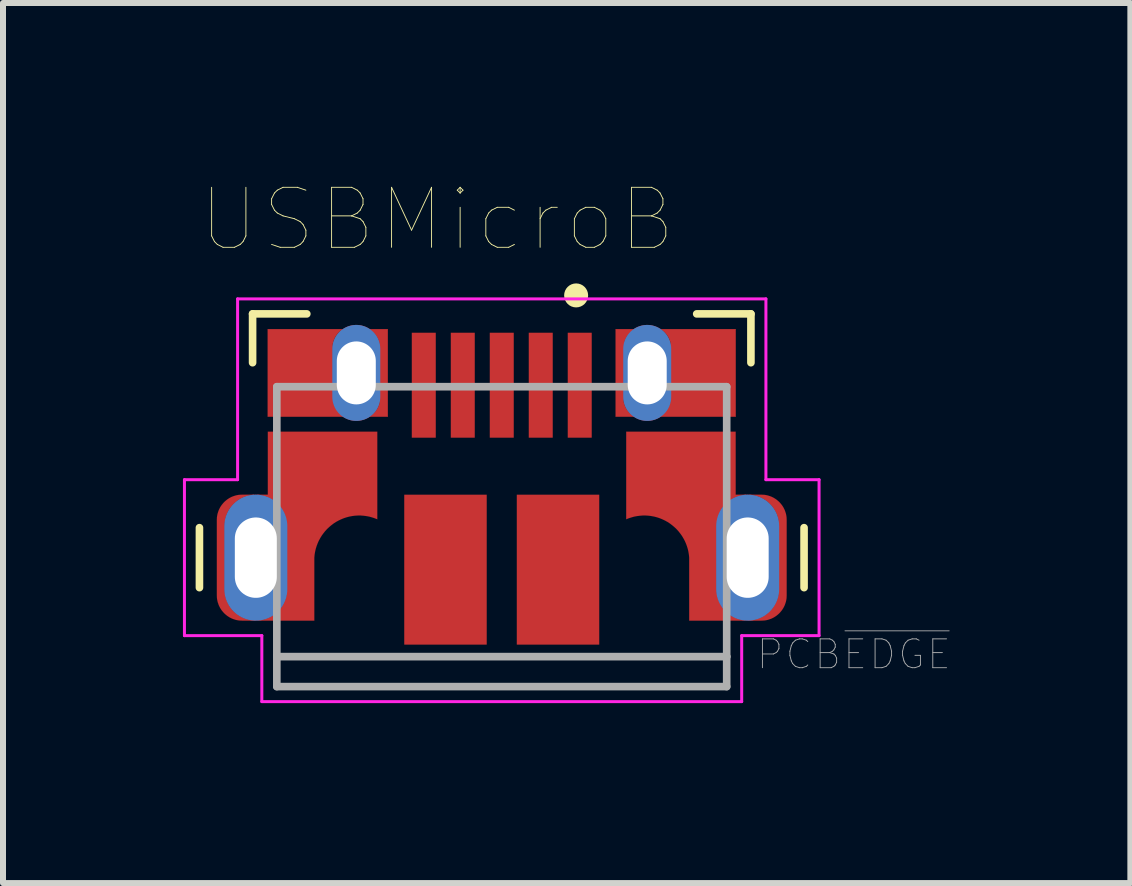
<source format=kicad_pcb>
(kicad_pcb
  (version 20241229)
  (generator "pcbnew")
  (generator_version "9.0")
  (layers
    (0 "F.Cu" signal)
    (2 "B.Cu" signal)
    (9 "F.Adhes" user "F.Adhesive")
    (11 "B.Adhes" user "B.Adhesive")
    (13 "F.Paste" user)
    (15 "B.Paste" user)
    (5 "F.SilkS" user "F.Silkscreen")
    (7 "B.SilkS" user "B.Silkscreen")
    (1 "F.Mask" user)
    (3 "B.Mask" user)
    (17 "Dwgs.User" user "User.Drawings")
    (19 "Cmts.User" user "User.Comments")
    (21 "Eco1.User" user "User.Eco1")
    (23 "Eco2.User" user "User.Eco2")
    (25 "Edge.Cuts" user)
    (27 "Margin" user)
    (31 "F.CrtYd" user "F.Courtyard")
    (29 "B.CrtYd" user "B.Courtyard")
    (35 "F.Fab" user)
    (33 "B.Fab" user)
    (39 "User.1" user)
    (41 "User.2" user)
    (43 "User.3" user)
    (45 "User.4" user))
  (footprint "USBMicroB"
    (layer "F.Cu")
    (at 5.315 6.247)
    (property "Reference" "USBMicroB" (at -1.075 -5.636 0) (layer "F.SilkS") (effects (font (size 1 1) (thickness 0.015))))
    (attr through_hole)
    (fp_poly (pts (xy -3.9 -3.81) (xy -2.65 -3.81) (xy -2.66 -3.804) (xy -2.669 -3.798) (xy -2.677 -3.791) (xy -2.686 -3.785) (xy -2.694 -3.778) (xy -2.702 -3.771) (xy -2.71 -3.764) (xy -2.718 -3.756) (xy -2.725 -3.748) (xy -2.732 -3.74) (xy -2.739 -3.732) (xy -2.746 -3.724) (xy -2.752 -3.715) (xy -2.758 -3.707) (xy -2.764 -3.698) (xy -2.77 -3.689) (xy -2.776 -3.68) (xy -2.781 -3.67) (xy -2.786 -3.661) (xy -2.79 -3.651) (xy -2.795 -3.641) (xy -2.799 -3.631) (xy -2.802 -3.621) (xy -2.806 -3.611) (xy -2.809 -3.601) (xy -2.812 -3.591) (xy -2.814 -3.58) (xy -2.817 -3.57) (xy -2.819 -3.559) (xy -2.82 -3.55) (xy -2.81 -2.59) (xy -2.807 -2.578) (xy -2.804 -2.568) (xy -2.8 -2.558) (xy -2.796 -2.548) (xy -2.792 -2.538) (xy -2.788 -2.528) (xy -2.783 -2.519) (xy -2.778 -2.509) (xy -2.773 -2.5) (xy -2.767 -2.49) (xy -2.761 -2.481) (xy -2.755 -2.472) (xy -2.749 -2.464) (xy -2.743 -2.455) (xy -2.736 -2.447) (xy -2.729 -2.439) (xy -2.722 -2.431) (xy -2.714 -2.423) (xy -2.706 -2.416) (xy -2.698 -2.408) (xy -2.69 -2.401) (xy -2.682 -2.395) (xy -2.673 -2.388) (xy -2.665 -2.382) (xy -2.656 -2.376) (xy -2.647 -2.37) (xy -2.637 -2.364) (xy -2.628 -2.359) (xy -2.619 -2.354) (xy -2.61 -2.35) (xy -3.9 -2.35) (xy -3.9 -3.81)) (stroke (width 0.005) (type solid)) (fill yes) (layer "F.Cu"))
    (fp_poly (pts (xy 3.9 -3.81) (xy 2.65 -3.81) (xy 2.66 -3.804) (xy 2.669 -3.798) (xy 2.677 -3.791) (xy 2.686 -3.785) (xy 2.694 -3.778) (xy 2.702 -3.771) (xy 2.71 -3.764) (xy 2.718 -3.756) (xy 2.725 -3.748) (xy 2.732 -3.74) (xy 2.739 -3.732) (xy 2.746 -3.724) (xy 2.752 -3.715) (xy 2.758 -3.707) (xy 2.764 -3.698) (xy 2.77 -3.689) (xy 2.776 -3.68) (xy 2.781 -3.67) (xy 2.786 -3.661) (xy 2.79 -3.651) (xy 2.795 -3.641) (xy 2.799 -3.631) (xy 2.802 -3.621) (xy 2.806 -3.611) (xy 2.809 -3.601) (xy 2.812 -3.591) (xy 2.814 -3.58) (xy 2.817 -3.57) (xy 2.819 -3.559) (xy 2.82 -3.55) (xy 2.81 -2.59) (xy 2.807 -2.578) (xy 2.804 -2.568) (xy 2.8 -2.558) (xy 2.796 -2.548) (xy 2.792 -2.538) (xy 2.788 -2.528) (xy 2.783 -2.519) (xy 2.778 -2.509) (xy 2.773 -2.5) (xy 2.767 -2.49) (xy 2.761 -2.481) (xy 2.755 -2.472) (xy 2.749 -2.464) (xy 2.743 -2.455) (xy 2.736 -2.447) (xy 2.729 -2.439) (xy 2.722 -2.431) (xy 2.714 -2.423) (xy 2.706 -2.416) (xy 2.698 -2.408) (xy 2.69 -2.401) (xy 2.682 -2.395) (xy 2.673 -2.388) (xy 2.665 -2.382) (xy 2.656 -2.376) (xy 2.647 -2.37) (xy 2.637 -2.364) (xy 2.628 -2.359) (xy 2.619 -2.354) (xy 2.61 -2.35) (xy 3.9 -2.35) (xy 3.9 -3.81)) (stroke (width 0.005) (type solid)) (fill yes) (layer "F.Cu"))
    (fp_poly (pts (xy -2.2 -3.81) (xy -1.9 -3.81) (xy -1.9 -2.35) (xy -2.21 -2.35) (xy -2.202 -2.355) (xy -2.193 -2.36) (xy -2.184 -2.367) (xy -2.175 -2.373) (xy -2.167 -2.38) (xy -2.158 -2.386) (xy -2.15 -2.394) (xy -2.142 -2.401) (xy -2.134 -2.408) (xy -2.127 -2.416) (xy -2.119 -2.424) (xy -2.112 -2.433) (xy -2.105 -2.441) (xy -2.099 -2.45) (xy -2.092 -2.458) (xy -2.086 -2.467) (xy -2.08 -2.477) (xy -2.075 -2.486) (xy -2.069 -2.495) (xy -2.064 -2.505) (xy -2.06 -2.515) (xy -2.055 -2.525) (xy -2.051 -2.535) (xy -2.047 -2.545) (xy -2.044 -2.555) (xy -2.04 -2.566) (xy -2.037 -2.576) (xy -2.035 -2.587) (xy -2.032 -2.597) (xy -2.03 -2.61) (xy -2.04 -3.58) (xy -2.042 -3.587) (xy -2.044 -3.596) (xy -2.046 -3.605) (xy -2.049 -3.613) (xy -2.052 -3.622) (xy -2.056 -3.63) (xy -2.059 -3.639) (xy -2.063 -3.647) (xy -2.067 -3.655) (xy -2.071 -3.663) (xy -2.076 -3.671) (xy -2.08 -3.679) (xy -2.085 -3.687) (xy -2.09 -3.694) (xy -2.096 -3.701) (xy -2.101 -3.709) (xy -2.107 -3.716) (xy -2.113 -3.722) (xy -2.119 -3.729) (xy -2.126 -3.736) (xy -2.132 -3.742) (xy -2.139 -3.748) (xy -2.146 -3.754) (xy -2.153 -3.76) (xy -2.16 -3.765) (xy -2.168 -3.77) (xy -2.175 -3.775) (xy -2.183 -3.78) (xy -2.191 -3.785) (xy -2.2 -3.79) (xy -2.2 -3.81)) (stroke (width 0.005) (type solid)) (fill yes) (layer "F.Cu"))
    (fp_poly (pts (xy 2.2 -3.81) (xy 1.9 -3.81) (xy 1.9 -2.35) (xy 2.21 -2.35) (xy 2.202 -2.355) (xy 2.193 -2.36) (xy 2.184 -2.367) (xy 2.175 -2.373) (xy 2.167 -2.38) (xy 2.158 -2.386) (xy 2.15 -2.394) (xy 2.142 -2.401) (xy 2.134 -2.408) (xy 2.127 -2.416) (xy 2.119 -2.424) (xy 2.112 -2.433) (xy 2.105 -2.441) (xy 2.099 -2.45) (xy 2.092 -2.458) (xy 2.086 -2.467) (xy 2.08 -2.477) (xy 2.075 -2.486) (xy 2.069 -2.495) (xy 2.064 -2.505) (xy 2.06 -2.515) (xy 2.055 -2.525) (xy 2.051 -2.535) (xy 2.047 -2.545) (xy 2.044 -2.555) (xy 2.04 -2.566) (xy 2.037 -2.576) (xy 2.035 -2.587) (xy 2.032 -2.597) (xy 2.03 -2.61) (xy 2.04 -3.58) (xy 2.042 -3.587) (xy 2.044 -3.596) (xy 2.046 -3.605) (xy 2.049 -3.613) (xy 2.052 -3.622) (xy 2.056 -3.63) (xy 2.059 -3.639) (xy 2.063 -3.647) (xy 2.067 -3.655) (xy 2.071 -3.663) (xy 2.076 -3.671) (xy 2.08 -3.679) (xy 2.085 -3.687) (xy 2.09 -3.694) (xy 2.096 -3.701) (xy 2.101 -3.709) (xy 2.107 -3.716) (xy 2.113 -3.722) (xy 2.119 -3.729) (xy 2.126 -3.736) (xy 2.132 -3.742) (xy 2.139 -3.748) (xy 2.146 -3.754) (xy 2.153 -3.76) (xy 2.16 -3.765) (xy 2.168 -3.77) (xy 2.175 -3.775) (xy 2.183 -3.78) (xy 2.191 -3.785) (xy 2.2 -3.79) (xy 2.2 -3.81)) (stroke (width 0.005) (type solid)) (fill yes) (layer "F.Cu"))
    (fp_poly (pts (xy -2.075 -2.1) (xy -3.9 -2.1) (xy -3.9 -1.05) (xy -4.075 -1.05) (xy -4.075 -1.045) (xy -4.045 -1.043) (xy -4.02 -1.04) (xy -3.995 -1.035) (xy -3.97 -1.03) (xy -3.946 -1.023) (xy -3.922 -1.015) (xy -3.898 -1.005) (xy -3.875 -0.995) (xy -3.853 -0.983) (xy -3.831 -0.971) (xy -3.809 -0.957) (xy -3.789 -0.942) (xy -3.769 -0.926) (xy -3.75 -0.91) (xy -3.732 -0.892) (xy -3.714 -0.874) (xy -3.698 -0.854) (xy -3.682 -0.834) (xy -3.668 -0.813) (xy -3.655 -0.792) (xy -3.642 -0.769) (xy -3.631 -0.747) (xy -3.621 -0.723) (xy -3.612 -0.7) (xy -3.605 -0.675) (xy -3.598 -0.651) (xy -3.593 -0.626) (xy -3.589 -0.601) (xy -3.586 -0.576) (xy -3.585 -0.555) (xy -3.58 0.53) (xy -3.581 0.551) (xy -3.583 0.577) (xy -3.586 0.603) (xy -3.59 0.628) (xy -3.596 0.653) (xy -3.603 0.678) (xy -3.611 0.702) (xy -3.62 0.726) (xy -3.631 0.75) (xy -3.642 0.773) (xy -3.655 0.795) (xy -3.669 0.817) (xy -3.684 0.838) (xy -3.7 0.858) (xy -3.717 0.878) (xy -3.735 0.896) (xy -3.754 0.914) (xy -3.773 0.931) (xy -3.794 0.946) (xy -3.815 0.961) (xy -3.837 0.975) (xy -3.859 0.987) (xy -3.882 0.998) (xy -3.906 1.009) (xy -3.93 1.018) (xy -3.954 1.026) (xy -3.979 1.032) (xy -4.005 1.038) (xy -4.03 1.042) (xy -4.06 1.045) (xy -4.06 1.05) (xy -3.125 1.05) (xy -3.125 0) (xy -3.12 -0.053) (xy -3.112 -0.1) (xy -3.101 -0.147) (xy -3.087 -0.193) (xy -3.07 -0.238) (xy -3.051 -0.281) (xy -3.028 -0.324) (xy -3.003 -0.365) (xy -2.975 -0.404) (xy -2.945 -0.442) (xy -2.913 -0.477) (xy -2.878 -0.51) (xy -2.841 -0.541) (xy -2.803 -0.57) (xy -2.763 -0.596) (xy -2.721 -0.619) (xy -2.677 -0.64) (xy -2.633 -0.658) (xy -2.587 -0.673) (xy -2.541 -0.685) (xy -2.493 -0.694) (xy -2.446 -0.7) (xy -2.398 -0.703) (xy -2.35 -0.703) (xy -2.302 -0.699) (xy -2.254 -0.693) (xy -2.207 -0.684) (xy -2.161 -0.671) (xy -2.115 -0.656) (xy -2.075 -0.64) (xy -2.075 -2.1)) (stroke (width 0.001) (type solid)) (fill yes) (layer "F.Cu"))
    (fp_poly (pts (xy 2.075 -2.1) (xy 3.9 -2.1) (xy 3.9 -1.05) (xy 4.075 -1.05) (xy 4.075 -1.045) (xy 4.045 -1.043) (xy 4.02 -1.04) (xy 3.995 -1.035) (xy 3.97 -1.03) (xy 3.946 -1.023) (xy 3.922 -1.015) (xy 3.898 -1.005) (xy 3.875 -0.995) (xy 3.853 -0.983) (xy 3.831 -0.971) (xy 3.809 -0.957) (xy 3.789 -0.942) (xy 3.769 -0.926) (xy 3.75 -0.91) (xy 3.732 -0.892) (xy 3.714 -0.874) (xy 3.698 -0.854) (xy 3.682 -0.834) (xy 3.668 -0.813) (xy 3.655 -0.792) (xy 3.642 -0.769) (xy 3.631 -0.747) (xy 3.621 -0.723) (xy 3.612 -0.7) (xy 3.605 -0.675) (xy 3.598 -0.651) (xy 3.593 -0.626) (xy 3.589 -0.601) (xy 3.586 -0.576) (xy 3.585 -0.555) (xy 3.58 0.53) (xy 3.581 0.551) (xy 3.583 0.577) (xy 3.586 0.603) (xy 3.59 0.628) (xy 3.596 0.653) (xy 3.603 0.678) (xy 3.611 0.702) (xy 3.62 0.726) (xy 3.631 0.75) (xy 3.642 0.773) (xy 3.655 0.795) (xy 3.669 0.817) (xy 3.684 0.838) (xy 3.7 0.858) (xy 3.717 0.878) (xy 3.735 0.896) (xy 3.754 0.914) (xy 3.773 0.931) (xy 3.794 0.946) (xy 3.815 0.961) (xy 3.837 0.975) (xy 3.859 0.987) (xy 3.882 0.998) (xy 3.906 1.009) (xy 3.93 1.018) (xy 3.954 1.026) (xy 3.979 1.032) (xy 4.005 1.038) (xy 4.03 1.042) (xy 4.06 1.045) (xy 4.06 1.05) (xy 3.125 1.05) (xy 3.125 0) (xy 3.12 -0.053) (xy 3.112 -0.1) (xy 3.101 -0.147) (xy 3.087 -0.193) (xy 3.07 -0.238) (xy 3.051 -0.281) (xy 3.028 -0.324) (xy 3.003 -0.365) (xy 2.975 -0.404) (xy 2.945 -0.442) (xy 2.913 -0.477) (xy 2.878 -0.51) (xy 2.841 -0.541) (xy 2.803 -0.57) (xy 2.763 -0.596) (xy 2.721 -0.619) (xy 2.677 -0.64) (xy 2.633 -0.658) (xy 2.587 -0.673) (xy 2.541 -0.685) (xy 2.493 -0.694) (xy 2.446 -0.7) (xy 2.398 -0.703) (xy 2.35 -0.703) (xy 2.302 -0.699) (xy 2.254 -0.693) (xy 2.207 -0.684) (xy 2.161 -0.671) (xy 2.115 -0.656) (xy 2.075 -0.64) (xy 2.075 -2.1)) (stroke (width 0.001) (type solid)) (fill yes) (layer "F.Cu"))
    (fp_poly (pts (xy -4.13 -1.05) (xy -4.33 -1.05) (xy -4.352 -1.049) (xy -4.374 -1.048) (xy -4.396 -1.045) (xy -4.417 -1.041) (xy -4.439 -1.036) (xy -4.46 -1.029) (xy -4.481 -1.022) (xy -4.501 -1.014) (xy -4.521 -1.004) (xy -4.54 -0.994) (xy -4.559 -0.982) (xy -4.577 -0.97) (xy -4.594 -0.956) (xy -4.611 -0.942) (xy -4.627 -0.927) (xy -4.642 -0.911) (xy -4.656 -0.894) (xy -4.67 -0.877) (xy -4.682 -0.859) (xy -4.694 -0.84) (xy -4.704 -0.821) (xy -4.714 -0.801) (xy -4.722 -0.781) (xy -4.729 -0.76) (xy -4.736 -0.739) (xy -4.741 -0.717) (xy -4.745 -0.696) (xy -4.748 -0.674) (xy -4.749 -0.652) (xy -4.75 -0.63) (xy -4.75 0.63) (xy -4.749 0.652) (xy -4.748 0.674) (xy -4.745 0.696) (xy -4.741 0.717) (xy -4.736 0.739) (xy -4.729 0.76) (xy -4.722 0.781) (xy -4.714 0.801) (xy -4.704 0.821) (xy -4.694 0.84) (xy -4.682 0.859) (xy -4.67 0.877) (xy -4.656 0.894) (xy -4.642 0.911) (xy -4.627 0.927) (xy -4.611 0.942) (xy -4.594 0.956) (xy -4.577 0.97) (xy -4.559 0.982) (xy -4.54 0.994) (xy -4.521 1.004) (xy -4.501 1.014) (xy -4.481 1.022) (xy -4.46 1.029) (xy -4.439 1.036) (xy -4.417 1.041) (xy -4.396 1.045) (xy -4.374 1.048) (xy -4.352 1.049) (xy -4.33 1.05) (xy -4.105 1.05) (xy -4.105 1.045) (xy -4.13 1.044) (xy -4.157 1.042) (xy -4.183 1.039) (xy -4.21 1.034) (xy -4.236 1.027) (xy -4.262 1.02) (xy -4.288 1.011) (xy -4.313 1) (xy -4.337 0.989) (xy -4.361 0.976) (xy -4.384 0.962) (xy -4.407 0.946) (xy -4.428 0.93) (xy -4.449 0.912) (xy -4.468 0.893) (xy -4.487 0.874) (xy -4.505 0.853) (xy -4.521 0.832) (xy -4.537 0.809) (xy -4.551 0.786) (xy -4.564 0.762) (xy -4.575 0.738) (xy -4.586 0.713) (xy -4.595 0.687) (xy -4.602 0.661) (xy -4.609 0.635) (xy -4.614 0.608) (xy -4.617 0.582) (xy -4.619 0.555) (xy -4.62 0.525) (xy -4.62 -0.555) (xy -4.619 -0.576) (xy -4.616 -0.601) (xy -4.612 -0.626) (xy -4.607 -0.651) (xy -4.6 -0.675) (xy -4.593 -0.7) (xy -4.584 -0.723) (xy -4.574 -0.747) (xy -4.563 -0.769) (xy -4.55 -0.792) (xy -4.537 -0.813) (xy -4.523 -0.834) (xy -4.507 -0.854) (xy -4.491 -0.874) (xy -4.473 -0.892) (xy -4.455 -0.91) (xy -4.436 -0.926) (xy -4.416 -0.942) (xy -4.396 -0.957) (xy -4.374 -0.971) (xy -4.352 -0.983) (xy -4.33 -0.995) (xy -4.307 -1.005) (xy -4.283 -1.015) (xy -4.259 -1.023) (xy -4.235 -1.03) (xy -4.21 -1.035) (xy -4.185 -1.04) (xy -4.16 -1.043) (xy -4.13 -1.045) (xy -4.13 -1.05)) (stroke (width 0.001) (type solid)) (fill yes) (layer "F.Cu"))
    (fp_poly (pts (xy 4.13 -1.05) (xy 4.33 -1.05) (xy 4.352 -1.049) (xy 4.374 -1.048) (xy 4.396 -1.045) (xy 4.417 -1.041) (xy 4.439 -1.036) (xy 4.46 -1.029) (xy 4.481 -1.022) (xy 4.501 -1.014) (xy 4.521 -1.004) (xy 4.54 -0.994) (xy 4.559 -0.982) (xy 4.577 -0.97) (xy 4.594 -0.956) (xy 4.611 -0.942) (xy 4.627 -0.927) (xy 4.642 -0.911) (xy 4.656 -0.894) (xy 4.67 -0.877) (xy 4.682 -0.859) (xy 4.694 -0.84) (xy 4.704 -0.821) (xy 4.714 -0.801) (xy 4.722 -0.781) (xy 4.729 -0.76) (xy 4.736 -0.739) (xy 4.741 -0.717) (xy 4.745 -0.696) (xy 4.748 -0.674) (xy 4.749 -0.652) (xy 4.75 -0.63) (xy 4.75 0.63) (xy 4.749 0.652) (xy 4.748 0.674) (xy 4.745 0.696) (xy 4.741 0.717) (xy 4.736 0.739) (xy 4.729 0.76) (xy 4.722 0.781) (xy 4.714 0.801) (xy 4.704 0.821) (xy 4.694 0.84) (xy 4.682 0.859) (xy 4.67 0.877) (xy 4.656 0.894) (xy 4.642 0.911) (xy 4.627 0.927) (xy 4.611 0.942) (xy 4.594 0.956) (xy 4.577 0.97) (xy 4.559 0.982) (xy 4.54 0.994) (xy 4.521 1.004) (xy 4.501 1.014) (xy 4.481 1.022) (xy 4.46 1.029) (xy 4.439 1.036) (xy 4.417 1.041) (xy 4.396 1.045) (xy 4.374 1.048) (xy 4.352 1.049) (xy 4.33 1.05) (xy 4.105 1.05) (xy 4.105 1.045) (xy 4.13 1.044) (xy 4.157 1.042) (xy 4.183 1.039) (xy 4.21 1.034) (xy 4.236 1.027) (xy 4.262 1.02) (xy 4.288 1.011) (xy 4.313 1) (xy 4.337 0.989) (xy 4.361 0.976) (xy 4.384 0.962) (xy 4.407 0.946) (xy 4.428 0.93) (xy 4.449 0.912) (xy 4.468 0.893) (xy 4.487 0.874) (xy 4.505 0.853) (xy 4.521 0.832) (xy 4.537 0.809) (xy 4.551 0.786) (xy 4.564 0.762) (xy 4.575 0.738) (xy 4.586 0.713) (xy 4.595 0.687) (xy 4.602 0.661) (xy 4.609 0.635) (xy 4.614 0.608) (xy 4.617 0.582) (xy 4.619 0.555) (xy 4.62 0.525) (xy 4.62 -0.555) (xy 4.619 -0.576) (xy 4.616 -0.601) (xy 4.612 -0.626) (xy 4.607 -0.651) (xy 4.6 -0.675) (xy 4.593 -0.7) (xy 4.584 -0.723) (xy 4.574 -0.747) (xy 4.563 -0.769) (xy 4.55 -0.792) (xy 4.537 -0.813) (xy 4.523 -0.834) (xy 4.507 -0.854) (xy 4.491 -0.874) (xy 4.473 -0.892) (xy 4.455 -0.91) (xy 4.436 -0.926) (xy 4.416 -0.942) (xy 4.396 -0.957) (xy 4.374 -0.971) (xy 4.352 -0.983) (xy 4.33 -0.995) (xy 4.307 -1.005) (xy 4.283 -1.015) (xy 4.259 -1.023) (xy 4.235 -1.03) (xy 4.21 -1.035) (xy 4.185 -1.04) (xy 4.16 -1.043) (xy 4.13 -1.045) (xy 4.13 -1.05)) (stroke (width 0.001) (type solid)) (fill yes) (layer "F.Cu"))
    (fp_poly (pts (xy -4.005 -3.9) (xy -1.8 -3.9) (xy -1.8 -2.253) (xy -4.005 -2.253)) (stroke (width 0.01) (type solid)) (fill yes) (layer "F.Mask"))
    (fp_poly (pts (xy 1.803 -3.9) (xy 4 -3.9) (xy 4 -2.253) (xy 1.803 -2.253)) (stroke (width 0.01) (type solid)) (fill yes) (layer "F.Mask"))
    (fp_poly (pts (xy -1.975 -0.44) (xy -1.975 -2.2) (xy -4 -2.2) (xy -4 -1.15) (xy -4.35 -1.15) (xy -4.373 -1.148) (xy -4.4 -1.145) (xy -4.427 -1.141) (xy -4.454 -1.135) (xy -4.48 -1.128) (xy -4.506 -1.119) (xy -4.532 -1.109) (xy -4.557 -1.098) (xy -4.581 -1.085) (xy -4.605 -1.071) (xy -4.627 -1.056) (xy -4.649 -1.04) (xy -4.671 -1.022) (xy -4.691 -1.004) (xy -4.71 -0.984) (xy -4.728 -0.964) (xy -4.745 -0.942) (xy -4.761 -0.92) (xy -4.776 -0.897) (xy -4.789 -0.873) (xy -4.801 -0.849) (xy -4.812 -0.823) (xy -4.822 -0.798) (xy -4.83 -0.772) (xy -4.837 -0.745) (xy -4.843 -0.718) (xy -4.847 -0.691) (xy -4.849 -0.664) (xy -4.85 -0.637) (xy -4.85 -0.605) (xy -4.85 0.605) (xy -4.85 0.637) (xy -4.849 0.664) (xy -4.847 0.691) (xy -4.843 0.718) (xy -4.837 0.745) (xy -4.83 0.772) (xy -4.822 0.798) (xy -4.812 0.823) (xy -4.801 0.849) (xy -4.789 0.873) (xy -4.776 0.897) (xy -4.761 0.92) (xy -4.745 0.942) (xy -4.728 0.964) (xy -4.71 0.984) (xy -4.691 1.004) (xy -4.671 1.022) (xy -4.649 1.04) (xy -4.627 1.056) (xy -4.605 1.071) (xy -4.581 1.085) (xy -4.557 1.098) (xy -4.532 1.109) (xy -4.506 1.119) (xy -4.48 1.128) (xy -4.454 1.135) (xy -4.427 1.141) (xy -4.4 1.145) (xy -4.373 1.148) (xy -4.35 1.15) (xy -3.025 1.15) (xy -3.025 0) (xy -3.015 -0.04) (xy -3.002 -0.082) (xy -2.986 -0.124) (xy -2.967 -0.164) (xy -2.946 -0.203) (xy -2.922 -0.241) (xy -2.896 -0.277) (xy -2.868 -0.311) (xy -2.837 -0.344) (xy -2.805 -0.374) (xy -2.771 -0.402) (xy -2.735 -0.428) (xy -2.697 -0.452) (xy -2.658 -0.473) (xy -2.617 -0.492) (xy -2.576 -0.508) (xy -2.534 -0.521) (xy -2.49 -0.532) (xy -2.447 -0.54) (xy -2.402 -0.545) (xy -2.358 -0.547) (xy -2.314 -0.547) (xy -2.269 -0.543) (xy -2.225 -0.537) (xy -2.182 -0.528) (xy -2.139 -0.516) (xy -2.097 -0.501) (xy -2.056 -0.484) (xy -2.016 -0.464) (xy -1.975 -0.44)) (stroke (width 0.001) (type solid)) (fill yes) (layer "F.Mask"))
    (fp_poly (pts (xy 1.975 -0.44) (xy 1.975 -2.2) (xy 4 -2.2) (xy 4 -1.15) (xy 4.35 -1.15) (xy 4.373 -1.148) (xy 4.4 -1.145) (xy 4.427 -1.141) (xy 4.454 -1.135) (xy 4.48 -1.128) (xy 4.506 -1.119) (xy 4.532 -1.109) (xy 4.557 -1.098) (xy 4.581 -1.085) (xy 4.605 -1.071) (xy 4.627 -1.056) (xy 4.649 -1.04) (xy 4.671 -1.022) (xy 4.691 -1.004) (xy 4.71 -0.984) (xy 4.728 -0.964) (xy 4.745 -0.942) (xy 4.761 -0.92) (xy 4.776 -0.897) (xy 4.789 -0.873) (xy 4.801 -0.849) (xy 4.812 -0.823) (xy 4.822 -0.798) (xy 4.83 -0.772) (xy 4.837 -0.745) (xy 4.843 -0.718) (xy 4.847 -0.691) (xy 4.849 -0.664) (xy 4.85 -0.637) (xy 4.85 -0.605) (xy 4.85 0.605) (xy 4.85 0.637) (xy 4.849 0.664) (xy 4.847 0.691) (xy 4.843 0.718) (xy 4.837 0.745) (xy 4.83 0.772) (xy 4.822 0.798) (xy 4.812 0.823) (xy 4.801 0.849) (xy 4.789 0.873) (xy 4.776 0.897) (xy 4.761 0.92) (xy 4.745 0.942) (xy 4.728 0.964) (xy 4.71 0.984) (xy 4.691 1.004) (xy 4.671 1.022) (xy 4.649 1.04) (xy 4.627 1.056) (xy 4.605 1.071) (xy 4.581 1.085) (xy 4.557 1.098) (xy 4.532 1.109) (xy 4.506 1.119) (xy 4.48 1.128) (xy 4.454 1.135) (xy 4.427 1.141) (xy 4.4 1.145) (xy 4.373 1.148) (xy 4.35 1.15) (xy 3.025 1.15) (xy 3.025 0) (xy 3.015 -0.04) (xy 3.002 -0.082) (xy 2.986 -0.124) (xy 2.967 -0.164) (xy 2.946 -0.203) (xy 2.922 -0.241) (xy 2.896 -0.277) (xy 2.868 -0.311) (xy 2.837 -0.344) (xy 2.805 -0.374) (xy 2.771 -0.402) (xy 2.735 -0.428) (xy 2.697 -0.452) (xy 2.658 -0.473) (xy 2.617 -0.492) (xy 2.576 -0.508) (xy 2.534 -0.521) (xy 2.49 -0.532) (xy 2.447 -0.54) (xy 2.402 -0.545) (xy 2.358 -0.547) (xy 2.314 -0.547) (xy 2.269 -0.543) (xy 2.225 -0.537) (xy 2.182 -0.528) (xy 2.139 -0.516) (xy 2.097 -0.501) (xy 2.056 -0.484) (xy 2.016 -0.464) (xy 1.975 -0.44)) (stroke (width 0.001) (type solid)) (fill yes) (layer "F.Mask"))
    (fp_line (start -5.04 -0.5) (end -5.04 0.5) (stroke (width 0.127) (type solid)) (layer "F.SilkS"))
    (fp_line (start -4.154 -4.064) (end -3.25 -4.064) (stroke (width 0.127) (type solid)) (layer "F.SilkS"))
    (fp_line (start -4.154 -3.25) (end -4.154 -4.064) (stroke (width 0.127) (type solid)) (layer "F.SilkS"))
    (fp_line (start 3.25 -4.064) (end 4.154 -4.064) (stroke (width 0.127) (type solid)) (layer "F.SilkS"))
    (fp_line (start 4.154 -4.064) (end 4.154 -3.25) (stroke (width 0.127) (type solid)) (layer "F.SilkS"))
    (fp_line (start 5.04 -0.5) (end 5.04 0.5) (stroke (width 0.127) (type solid)) (layer "F.SilkS"))
    (fp_circle (center 1.24 -4.372) (end 1.34 -4.372) (stroke (width 0.2) (type solid)) (fill no) (layer "F.SilkS"))
    (fp_poly (pts (xy -3.9 -3.81) (xy -2.65 -3.81) (xy -2.66 -3.804) (xy -2.669 -3.798) (xy -2.677 -3.791) (xy -2.686 -3.785) (xy -2.694 -3.778) (xy -2.702 -3.771) (xy -2.71 -3.764) (xy -2.718 -3.756) (xy -2.725 -3.748) (xy -2.732 -3.74) (xy -2.739 -3.732) (xy -2.746 -3.724) (xy -2.752 -3.715) (xy -2.758 -3.707) (xy -2.764 -3.698) (xy -2.77 -3.689) (xy -2.776 -3.68) (xy -2.781 -3.67) (xy -2.786 -3.661) (xy -2.79 -3.651) (xy -2.795 -3.641) (xy -2.799 -3.631) (xy -2.802 -3.621) (xy -2.806 -3.611) (xy -2.809 -3.601) (xy -2.812 -3.591) (xy -2.814 -3.58) (xy -2.817 -3.57) (xy -2.819 -3.559) (xy -2.82 -3.55) (xy -2.81 -2.59) (xy -2.807 -2.578) (xy -2.804 -2.568) (xy -2.8 -2.558) (xy -2.796 -2.548) (xy -2.792 -2.538) (xy -2.788 -2.528) (xy -2.783 -2.519) (xy -2.778 -2.509) (xy -2.773 -2.5) (xy -2.767 -2.49) (xy -2.761 -2.481) (xy -2.755 -2.472) (xy -2.749 -2.464) (xy -2.743 -2.455) (xy -2.736 -2.447) (xy -2.729 -2.439) (xy -2.722 -2.431) (xy -2.714 -2.423) (xy -2.706 -2.416) (xy -2.698 -2.408) (xy -2.69 -2.401) (xy -2.682 -2.395) (xy -2.673 -2.388) (xy -2.665 -2.382) (xy -2.656 -2.376) (xy -2.647 -2.37) (xy -2.637 -2.364) (xy -2.628 -2.359) (xy -2.619 -2.354) (xy -2.61 -2.35) (xy -3.9 -2.35) (xy -3.9 -3.81)) (stroke (width 0.005) (type solid)) (fill yes) (layer "F.Paste"))
    (fp_poly (pts (xy 3.9 -3.81) (xy 2.65 -3.81) (xy 2.66 -3.804) (xy 2.669 -3.798) (xy 2.677 -3.791) (xy 2.686 -3.785) (xy 2.694 -3.778) (xy 2.702 -3.771) (xy 2.71 -3.764) (xy 2.718 -3.756) (xy 2.725 -3.748) (xy 2.732 -3.74) (xy 2.739 -3.732) (xy 2.746 -3.724) (xy 2.752 -3.715) (xy 2.758 -3.707) (xy 2.764 -3.698) (xy 2.77 -3.689) (xy 2.776 -3.68) (xy 2.781 -3.67) (xy 2.786 -3.661) (xy 2.79 -3.651) (xy 2.795 -3.641) (xy 2.799 -3.631) (xy 2.802 -3.621) (xy 2.806 -3.611) (xy 2.809 -3.601) (xy 2.812 -3.591) (xy 2.814 -3.58) (xy 2.817 -3.57) (xy 2.819 -3.559) (xy 2.82 -3.55) (xy 2.81 -2.59) (xy 2.807 -2.578) (xy 2.804 -2.568) (xy 2.8 -2.558) (xy 2.796 -2.548) (xy 2.792 -2.538) (xy 2.788 -2.528) (xy 2.783 -2.519) (xy 2.778 -2.509) (xy 2.773 -2.5) (xy 2.767 -2.49) (xy 2.761 -2.481) (xy 2.755 -2.472) (xy 2.749 -2.464) (xy 2.743 -2.455) (xy 2.736 -2.447) (xy 2.729 -2.439) (xy 2.722 -2.431) (xy 2.714 -2.423) (xy 2.706 -2.416) (xy 2.698 -2.408) (xy 2.69 -2.401) (xy 2.682 -2.395) (xy 2.673 -2.388) (xy 2.665 -2.382) (xy 2.656 -2.376) (xy 2.647 -2.37) (xy 2.637 -2.364) (xy 2.628 -2.359) (xy 2.619 -2.354) (xy 2.61 -2.35) (xy 3.9 -2.35) (xy 3.9 -3.81)) (stroke (width 0.005) (type solid)) (fill yes) (layer "F.Paste"))
    (fp_poly (pts (xy -2.2 -3.81) (xy -1.9 -3.81) (xy -1.9 -2.35) (xy -2.21 -2.35) (xy -2.202 -2.355) (xy -2.193 -2.36) (xy -2.184 -2.367) (xy -2.175 -2.373) (xy -2.167 -2.38) (xy -2.158 -2.386) (xy -2.15 -2.394) (xy -2.142 -2.401) (xy -2.134 -2.408) (xy -2.127 -2.416) (xy -2.119 -2.424) (xy -2.112 -2.433) (xy -2.105 -2.441) (xy -2.099 -2.45) (xy -2.092 -2.458) (xy -2.086 -2.467) (xy -2.08 -2.477) (xy -2.075 -2.486) (xy -2.069 -2.495) (xy -2.064 -2.505) (xy -2.06 -2.515) (xy -2.055 -2.525) (xy -2.051 -2.535) (xy -2.047 -2.545) (xy -2.044 -2.555) (xy -2.04 -2.566) (xy -2.037 -2.576) (xy -2.035 -2.587) (xy -2.032 -2.597) (xy -2.03 -2.61) (xy -2.04 -3.58) (xy -2.042 -3.587) (xy -2.044 -3.596) (xy -2.046 -3.605) (xy -2.049 -3.613) (xy -2.052 -3.622) (xy -2.056 -3.63) (xy -2.059 -3.639) (xy -2.063 -3.647) (xy -2.067 -3.655) (xy -2.071 -3.663) (xy -2.076 -3.671) (xy -2.08 -3.679) (xy -2.085 -3.687) (xy -2.09 -3.694) (xy -2.096 -3.701) (xy -2.101 -3.709) (xy -2.107 -3.716) (xy -2.113 -3.722) (xy -2.119 -3.729) (xy -2.126 -3.736) (xy -2.132 -3.742) (xy -2.139 -3.748) (xy -2.146 -3.754) (xy -2.153 -3.76) (xy -2.16 -3.765) (xy -2.168 -3.77) (xy -2.175 -3.775) (xy -2.183 -3.78) (xy -2.191 -3.785) (xy -2.2 -3.79) (xy -2.2 -3.81)) (stroke (width 0.005) (type solid)) (fill yes) (layer "F.Paste"))
    (fp_poly (pts (xy 2.2 -3.81) (xy 1.9 -3.81) (xy 1.9 -2.35) (xy 2.21 -2.35) (xy 2.202 -2.355) (xy 2.193 -2.36) (xy 2.184 -2.367) (xy 2.175 -2.373) (xy 2.167 -2.38) (xy 2.158 -2.386) (xy 2.15 -2.394) (xy 2.142 -2.401) (xy 2.134 -2.408) (xy 2.127 -2.416) (xy 2.119 -2.424) (xy 2.112 -2.433) (xy 2.105 -2.441) (xy 2.099 -2.45) (xy 2.092 -2.458) (xy 2.086 -2.467) (xy 2.08 -2.477) (xy 2.075 -2.486) (xy 2.069 -2.495) (xy 2.064 -2.505) (xy 2.06 -2.515) (xy 2.055 -2.525) (xy 2.051 -2.535) (xy 2.047 -2.545) (xy 2.044 -2.555) (xy 2.04 -2.566) (xy 2.037 -2.576) (xy 2.035 -2.587) (xy 2.032 -2.597) (xy 2.03 -2.61) (xy 2.04 -3.58) (xy 2.042 -3.587) (xy 2.044 -3.596) (xy 2.046 -3.605) (xy 2.049 -3.613) (xy 2.052 -3.622) (xy 2.056 -3.63) (xy 2.059 -3.639) (xy 2.063 -3.647) (xy 2.067 -3.655) (xy 2.071 -3.663) (xy 2.076 -3.671) (xy 2.08 -3.679) (xy 2.085 -3.687) (xy 2.09 -3.694) (xy 2.096 -3.701) (xy 2.101 -3.709) (xy 2.107 -3.716) (xy 2.113 -3.722) (xy 2.119 -3.729) (xy 2.126 -3.736) (xy 2.132 -3.742) (xy 2.139 -3.748) (xy 2.146 -3.754) (xy 2.153 -3.76) (xy 2.16 -3.765) (xy 2.168 -3.77) (xy 2.175 -3.775) (xy 2.183 -3.78) (xy 2.191 -3.785) (xy 2.2 -3.79) (xy 2.2 -3.81)) (stroke (width 0.005) (type solid)) (fill yes) (layer "F.Paste"))
    (fp_poly (pts (xy -2.075 -2.1) (xy -3.9 -2.1) (xy -3.9 -1.05) (xy -4.075 -1.05) (xy -4.075 -1.045) (xy -4.045 -1.043) (xy -4.02 -1.04) (xy -3.995 -1.035) (xy -3.97 -1.03) (xy -3.946 -1.023) (xy -3.922 -1.015) (xy -3.898 -1.005) (xy -3.875 -0.995) (xy -3.853 -0.983) (xy -3.831 -0.971) (xy -3.809 -0.957) (xy -3.789 -0.942) (xy -3.769 -0.926) (xy -3.75 -0.91) (xy -3.732 -0.892) (xy -3.714 -0.874) (xy -3.698 -0.854) (xy -3.682 -0.834) (xy -3.668 -0.813) (xy -3.655 -0.792) (xy -3.642 -0.769) (xy -3.631 -0.747) (xy -3.621 -0.723) (xy -3.612 -0.7) (xy -3.605 -0.675) (xy -3.598 -0.651) (xy -3.593 -0.626) (xy -3.589 -0.601) (xy -3.586 -0.576) (xy -3.585 -0.555) (xy -3.58 0.53) (xy -3.581 0.551) (xy -3.583 0.577) (xy -3.586 0.603) (xy -3.59 0.628) (xy -3.596 0.653) (xy -3.603 0.678) (xy -3.611 0.702) (xy -3.62 0.726) (xy -3.631 0.75) (xy -3.642 0.773) (xy -3.655 0.795) (xy -3.669 0.817) (xy -3.684 0.838) (xy -3.7 0.858) (xy -3.717 0.878) (xy -3.735 0.896) (xy -3.754 0.914) (xy -3.773 0.931) (xy -3.794 0.946) (xy -3.815 0.961) (xy -3.837 0.975) (xy -3.859 0.987) (xy -3.882 0.998) (xy -3.906 1.009) (xy -3.93 1.018) (xy -3.954 1.026) (xy -3.979 1.032) (xy -4.005 1.038) (xy -4.03 1.042) (xy -4.06 1.045) (xy -4.06 1.05) (xy -3.125 1.05) (xy -3.125 0) (xy -3.12 -0.053) (xy -3.112 -0.1) (xy -3.101 -0.147) (xy -3.087 -0.193) (xy -3.07 -0.238) (xy -3.051 -0.281) (xy -3.028 -0.324) (xy -3.003 -0.365) (xy -2.975 -0.404) (xy -2.945 -0.442) (xy -2.913 -0.477) (xy -2.878 -0.51) (xy -2.841 -0.541) (xy -2.803 -0.57) (xy -2.763 -0.596) (xy -2.721 -0.619) (xy -2.677 -0.64) (xy -2.633 -0.658) (xy -2.587 -0.673) (xy -2.541 -0.685) (xy -2.493 -0.694) (xy -2.446 -0.7) (xy -2.398 -0.703) (xy -2.35 -0.703) (xy -2.302 -0.699) (xy -2.254 -0.693) (xy -2.207 -0.684) (xy -2.161 -0.671) (xy -2.115 -0.656) (xy -2.075 -0.64) (xy -2.075 -2.1)) (stroke (width 0.001) (type solid)) (fill yes) (layer "F.Paste"))
    (fp_poly (pts (xy 2.075 -2.1) (xy 3.9 -2.1) (xy 3.9 -1.05) (xy 4.075 -1.05) (xy 4.075 -1.045) (xy 4.045 -1.043) (xy 4.02 -1.04) (xy 3.995 -1.035) (xy 3.97 -1.03) (xy 3.946 -1.023) (xy 3.922 -1.015) (xy 3.898 -1.005) (xy 3.875 -0.995) (xy 3.853 -0.983) (xy 3.831 -0.971) (xy 3.809 -0.957) (xy 3.789 -0.942) (xy 3.769 -0.926) (xy 3.75 -0.91) (xy 3.732 -0.892) (xy 3.714 -0.874) (xy 3.698 -0.854) (xy 3.682 -0.834) (xy 3.668 -0.813) (xy 3.655 -0.792) (xy 3.642 -0.769) (xy 3.631 -0.747) (xy 3.621 -0.723) (xy 3.612 -0.7) (xy 3.605 -0.675) (xy 3.598 -0.651) (xy 3.593 -0.626) (xy 3.589 -0.601) (xy 3.586 -0.576) (xy 3.585 -0.555) (xy 3.58 0.53) (xy 3.581 0.551) (xy 3.583 0.577) (xy 3.586 0.603) (xy 3.59 0.628) (xy 3.596 0.653) (xy 3.603 0.678) (xy 3.611 0.702) (xy 3.62 0.726) (xy 3.631 0.75) (xy 3.642 0.773) (xy 3.655 0.795) (xy 3.669 0.817) (xy 3.684 0.838) (xy 3.7 0.858) (xy 3.717 0.878) (xy 3.735 0.896) (xy 3.754 0.914) (xy 3.773 0.931) (xy 3.794 0.946) (xy 3.815 0.961) (xy 3.837 0.975) (xy 3.859 0.987) (xy 3.882 0.998) (xy 3.906 1.009) (xy 3.93 1.018) (xy 3.954 1.026) (xy 3.979 1.032) (xy 4.005 1.038) (xy 4.03 1.042) (xy 4.06 1.045) (xy 4.06 1.05) (xy 3.125 1.05) (xy 3.125 0) (xy 3.12 -0.053) (xy 3.112 -0.1) (xy 3.101 -0.147) (xy 3.087 -0.193) (xy 3.07 -0.238) (xy 3.051 -0.281) (xy 3.028 -0.324) (xy 3.003 -0.365) (xy 2.975 -0.404) (xy 2.945 -0.442) (xy 2.913 -0.477) (xy 2.878 -0.51) (xy 2.841 -0.541) (xy 2.803 -0.57) (xy 2.763 -0.596) (xy 2.721 -0.619) (xy 2.677 -0.64) (xy 2.633 -0.658) (xy 2.587 -0.673) (xy 2.541 -0.685) (xy 2.493 -0.694) (xy 2.446 -0.7) (xy 2.398 -0.703) (xy 2.35 -0.703) (xy 2.302 -0.699) (xy 2.254 -0.693) (xy 2.207 -0.684) (xy 2.161 -0.671) (xy 2.115 -0.656) (xy 2.075 -0.64) (xy 2.075 -2.1)) (stroke (width 0.001) (type solid)) (fill yes) (layer "F.Paste"))
    (fp_poly (pts (xy -4.13 -1.05) (xy -4.33 -1.05) (xy -4.352 -1.049) (xy -4.374 -1.048) (xy -4.396 -1.045) (xy -4.417 -1.041) (xy -4.439 -1.036) (xy -4.46 -1.029) (xy -4.481 -1.022) (xy -4.501 -1.014) (xy -4.521 -1.004) (xy -4.54 -0.994) (xy -4.559 -0.982) (xy -4.577 -0.97) (xy -4.594 -0.956) (xy -4.611 -0.942) (xy -4.627 -0.927) (xy -4.642 -0.911) (xy -4.656 -0.894) (xy -4.67 -0.877) (xy -4.682 -0.859) (xy -4.694 -0.84) (xy -4.704 -0.821) (xy -4.714 -0.801) (xy -4.722 -0.781) (xy -4.729 -0.76) (xy -4.736 -0.739) (xy -4.741 -0.717) (xy -4.745 -0.696) (xy -4.748 -0.674) (xy -4.749 -0.652) (xy -4.75 -0.63) (xy -4.75 0.63) (xy -4.749 0.652) (xy -4.748 0.674) (xy -4.745 0.696) (xy -4.741 0.717) (xy -4.736 0.739) (xy -4.729 0.76) (xy -4.722 0.781) (xy -4.714 0.801) (xy -4.704 0.821) (xy -4.694 0.84) (xy -4.682 0.859) (xy -4.67 0.877) (xy -4.656 0.894) (xy -4.642 0.911) (xy -4.627 0.927) (xy -4.611 0.942) (xy -4.594 0.956) (xy -4.577 0.97) (xy -4.559 0.982) (xy -4.54 0.994) (xy -4.521 1.004) (xy -4.501 1.014) (xy -4.481 1.022) (xy -4.46 1.029) (xy -4.439 1.036) (xy -4.417 1.041) (xy -4.396 1.045) (xy -4.374 1.048) (xy -4.352 1.049) (xy -4.33 1.05) (xy -4.105 1.05) (xy -4.105 1.045) (xy -4.13 1.044) (xy -4.157 1.042) (xy -4.183 1.039) (xy -4.21 1.034) (xy -4.236 1.027) (xy -4.262 1.02) (xy -4.288 1.011) (xy -4.313 1) (xy -4.337 0.989) (xy -4.361 0.976) (xy -4.384 0.962) (xy -4.407 0.946) (xy -4.428 0.93) (xy -4.449 0.912) (xy -4.468 0.893) (xy -4.487 0.874) (xy -4.505 0.853) (xy -4.521 0.832) (xy -4.537 0.809) (xy -4.551 0.786) (xy -4.564 0.762) (xy -4.575 0.738) (xy -4.586 0.713) (xy -4.595 0.687) (xy -4.602 0.661) (xy -4.609 0.635) (xy -4.614 0.608) (xy -4.617 0.582) (xy -4.619 0.555) (xy -4.62 0.525) (xy -4.62 -0.555) (xy -4.619 -0.576) (xy -4.616 -0.601) (xy -4.612 -0.626) (xy -4.607 -0.651) (xy -4.6 -0.675) (xy -4.593 -0.7) (xy -4.584 -0.723) (xy -4.574 -0.747) (xy -4.563 -0.769) (xy -4.55 -0.792) (xy -4.537 -0.813) (xy -4.523 -0.834) (xy -4.507 -0.854) (xy -4.491 -0.874) (xy -4.473 -0.892) (xy -4.455 -0.91) (xy -4.436 -0.926) (xy -4.416 -0.942) (xy -4.396 -0.957) (xy -4.374 -0.971) (xy -4.352 -0.983) (xy -4.33 -0.995) (xy -4.307 -1.005) (xy -4.283 -1.015) (xy -4.259 -1.023) (xy -4.235 -1.03) (xy -4.21 -1.035) (xy -4.185 -1.04) (xy -4.16 -1.043) (xy -4.13 -1.045) (xy -4.13 -1.05)) (stroke (width 0.001) (type solid)) (fill yes) (layer "F.Paste"))
    (fp_poly (pts (xy 4.13 -1.05) (xy 4.33 -1.05) (xy 4.352 -1.049) (xy 4.374 -1.048) (xy 4.396 -1.045) (xy 4.417 -1.041) (xy 4.439 -1.036) (xy 4.46 -1.029) (xy 4.481 -1.022) (xy 4.501 -1.014) (xy 4.521 -1.004) (xy 4.54 -0.994) (xy 4.559 -0.982) (xy 4.577 -0.97) (xy 4.594 -0.956) (xy 4.611 -0.942) (xy 4.627 -0.927) (xy 4.642 -0.911) (xy 4.656 -0.894) (xy 4.67 -0.877) (xy 4.682 -0.859) (xy 4.694 -0.84) (xy 4.704 -0.821) (xy 4.714 -0.801) (xy 4.722 -0.781) (xy 4.729 -0.76) (xy 4.736 -0.739) (xy 4.741 -0.717) (xy 4.745 -0.696) (xy 4.748 -0.674) (xy 4.749 -0.652) (xy 4.75 -0.63) (xy 4.75 0.63) (xy 4.749 0.652) (xy 4.748 0.674) (xy 4.745 0.696) (xy 4.741 0.717) (xy 4.736 0.739) (xy 4.729 0.76) (xy 4.722 0.781) (xy 4.714 0.801) (xy 4.704 0.821) (xy 4.694 0.84) (xy 4.682 0.859) (xy 4.67 0.877) (xy 4.656 0.894) (xy 4.642 0.911) (xy 4.627 0.927) (xy 4.611 0.942) (xy 4.594 0.956) (xy 4.577 0.97) (xy 4.559 0.982) (xy 4.54 0.994) (xy 4.521 1.004) (xy 4.501 1.014) (xy 4.481 1.022) (xy 4.46 1.029) (xy 4.439 1.036) (xy 4.417 1.041) (xy 4.396 1.045) (xy 4.374 1.048) (xy 4.352 1.049) (xy 4.33 1.05) (xy 4.105 1.05) (xy 4.105 1.045) (xy 4.13 1.044) (xy 4.157 1.042) (xy 4.183 1.039) (xy 4.21 1.034) (xy 4.236 1.027) (xy 4.262 1.02) (xy 4.288 1.011) (xy 4.313 1) (xy 4.337 0.989) (xy 4.361 0.976) (xy 4.384 0.962) (xy 4.407 0.946) (xy 4.428 0.93) (xy 4.449 0.912) (xy 4.468 0.893) (xy 4.487 0.874) (xy 4.505 0.853) (xy 4.521 0.832) (xy 4.537 0.809) (xy 4.551 0.786) (xy 4.564 0.762) (xy 4.575 0.738) (xy 4.586 0.713) (xy 4.595 0.687) (xy 4.602 0.661) (xy 4.609 0.635) (xy 4.614 0.608) (xy 4.617 0.582) (xy 4.619 0.555) (xy 4.62 0.525) (xy 4.62 -0.555) (xy 4.619 -0.576) (xy 4.616 -0.601) (xy 4.612 -0.626) (xy 4.607 -0.651) (xy 4.6 -0.675) (xy 4.593 -0.7) (xy 4.584 -0.723) (xy 4.574 -0.747) (xy 4.563 -0.769) (xy 4.55 -0.792) (xy 4.537 -0.813) (xy 4.523 -0.834) (xy 4.507 -0.854) (xy 4.491 -0.874) (xy 4.473 -0.892) (xy 4.455 -0.91) (xy 4.436 -0.926) (xy 4.416 -0.942) (xy 4.396 -0.957) (xy 4.374 -0.971) (xy 4.352 -0.983) (xy 4.33 -0.995) (xy 4.307 -1.005) (xy 4.283 -1.015) (xy 4.259 -1.023) (xy 4.235 -1.03) (xy 4.21 -1.035) (xy 4.185 -1.04) (xy 4.16 -1.043) (xy 4.13 -1.045) (xy 4.13 -1.05)) (stroke (width 0.001) (type solid)) (fill yes) (layer "F.Paste"))
    (fp_line (start -5.29 -1.3) (end -4.404 -1.3) (stroke (width 0.05) (type solid)) (layer "F.CrtYd"))
    (fp_line (start -5.29 1.3) (end -5.29 -1.3) (stroke (width 0.05) (type solid)) (layer "F.CrtYd"))
    (fp_line (start -4.404 -4.314) (end 4.404 -4.314) (stroke (width 0.05) (type solid)) (layer "F.CrtYd"))
    (fp_line (start -4.404 -1.3) (end -4.404 -4.314) (stroke (width 0.05) (type solid)) (layer "F.CrtYd"))
    (fp_line (start -4 1.3) (end -5.29 1.3) (stroke (width 0.05) (type solid)) (layer "F.CrtYd"))
    (fp_line (start -4 2.4) (end -4 1.3) (stroke (width 0.05) (type solid)) (layer "F.CrtYd"))
    (fp_line (start 4 1.3) (end 4 2.4) (stroke (width 0.05) (type solid)) (layer "F.CrtYd"))
    (fp_line (start 4 2.4) (end -4 2.4) (stroke (width 0.05) (type solid)) (layer "F.CrtYd"))
    (fp_line (start 4.404 -4.314) (end 4.404 -1.3) (stroke (width 0.05) (type solid)) (layer "F.CrtYd"))
    (fp_line (start 4.404 -1.3) (end 5.29 -1.3) (stroke (width 0.05) (type solid)) (layer "F.CrtYd"))
    (fp_line (start 5.29 -1.3) (end 5.29 1.3) (stroke (width 0.05) (type solid)) (layer "F.CrtYd"))
    (fp_line (start 5.29 1.3) (end 4 1.3) (stroke (width 0.05) (type solid)) (layer "F.CrtYd"))
    (fp_line (start -3.75 -2.85) (end 3.75 -2.85) (stroke (width 0.127) (type solid)) (layer "F.Fab"))
    (fp_line (start -3.75 1.65) (end -3.75 -2.85) (stroke (width 0.127) (type solid)) (layer "F.Fab"))
    (fp_line (start -3.75 2.15) (end -3.75 1.65) (stroke (width 0.127) (type solid)) (layer "F.Fab"))
    (fp_line (start -3.75 2.15) (end 3.75 2.15) (stroke (width 0.127) (type solid)) (layer "F.Fab"))
    (fp_line (start 3.75 -2.85) (end 3.75 1.65) (stroke (width 0.127) (type solid)) (layer "F.Fab"))
    (fp_line (start 3.75 1.65) (end -3.75 1.65) (stroke (width 0.127) (type solid)) (layer "F.Fab"))
    (fp_line (start 3.75 2.15) (end 3.75 1.65) (stroke (width 0.127) (type solid)) (layer "F.Fab"))
    (fp_text user "PCB~{EDGE}" (at 5.869 1.613 0) (layer "F.Fab") (effects (font (size 0.481 0.481) (thickness 0.015))))
    (pad "1" smd rect (at 1.3 -2.875) (size 0.4 1.75) (layers "F.Cu" "F.Mask" "F.Paste"))
    (pad "2" smd rect (at 0.65 -2.875) (size 0.4 1.75) (layers "F.Cu" "F.Mask" "F.Paste"))
    (pad "3" smd rect (at 0 -2.875) (size 0.4 1.75) (layers "F.Cu" "F.Mask" "F.Paste"))
    (pad "4" smd rect (at -0.65 -2.875) (size 0.4 1.75) (layers "F.Cu" "F.Mask" "F.Paste"))
    (pad "5" smd rect (at -1.3 -2.875) (size 0.4 1.75) (layers "F.Cu" "F.Mask" "F.Paste"))
    (pad "P1" thru_hole oval (at -2.425 -3.08) (size 0.8 1.6) (drill oval 0.65 1.05) (layers "*.Cu" "*.Mask"))
    (pad "P2" thru_hole oval (at 2.425 -3.08) (size 0.8 1.6) (drill oval 0.65 1.05) (layers "*.Cu" "*.Mask"))
    (pad "P3" thru_hole oval (at -4.1 0) (size 1.05 2.1) (drill oval 0.7 1.34) (layers "*.Cu" "*.Mask"))
    (pad "P4" smd rect (at -0.938 0.2) (size 1.375 2.5) (layers "F.Cu" "F.Mask" "F.Paste"))
    (pad "P5" smd rect (at 0.938 0.2) (size 1.375 2.5) (layers "F.Cu" "F.Mask" "F.Paste"))
    (pad "P6" thru_hole oval (at 4.1 0) (size 1.05 2.1) (drill oval 0.7 1.34) (layers "*.Cu" "*.Mask")))
  (gr_rect
    (start -3 -3)
    (end 15.795 11.672)
    (stroke (width 0.1) (type default))
    (fill no)
    (layer "Edge.Cuts")))
</source>
